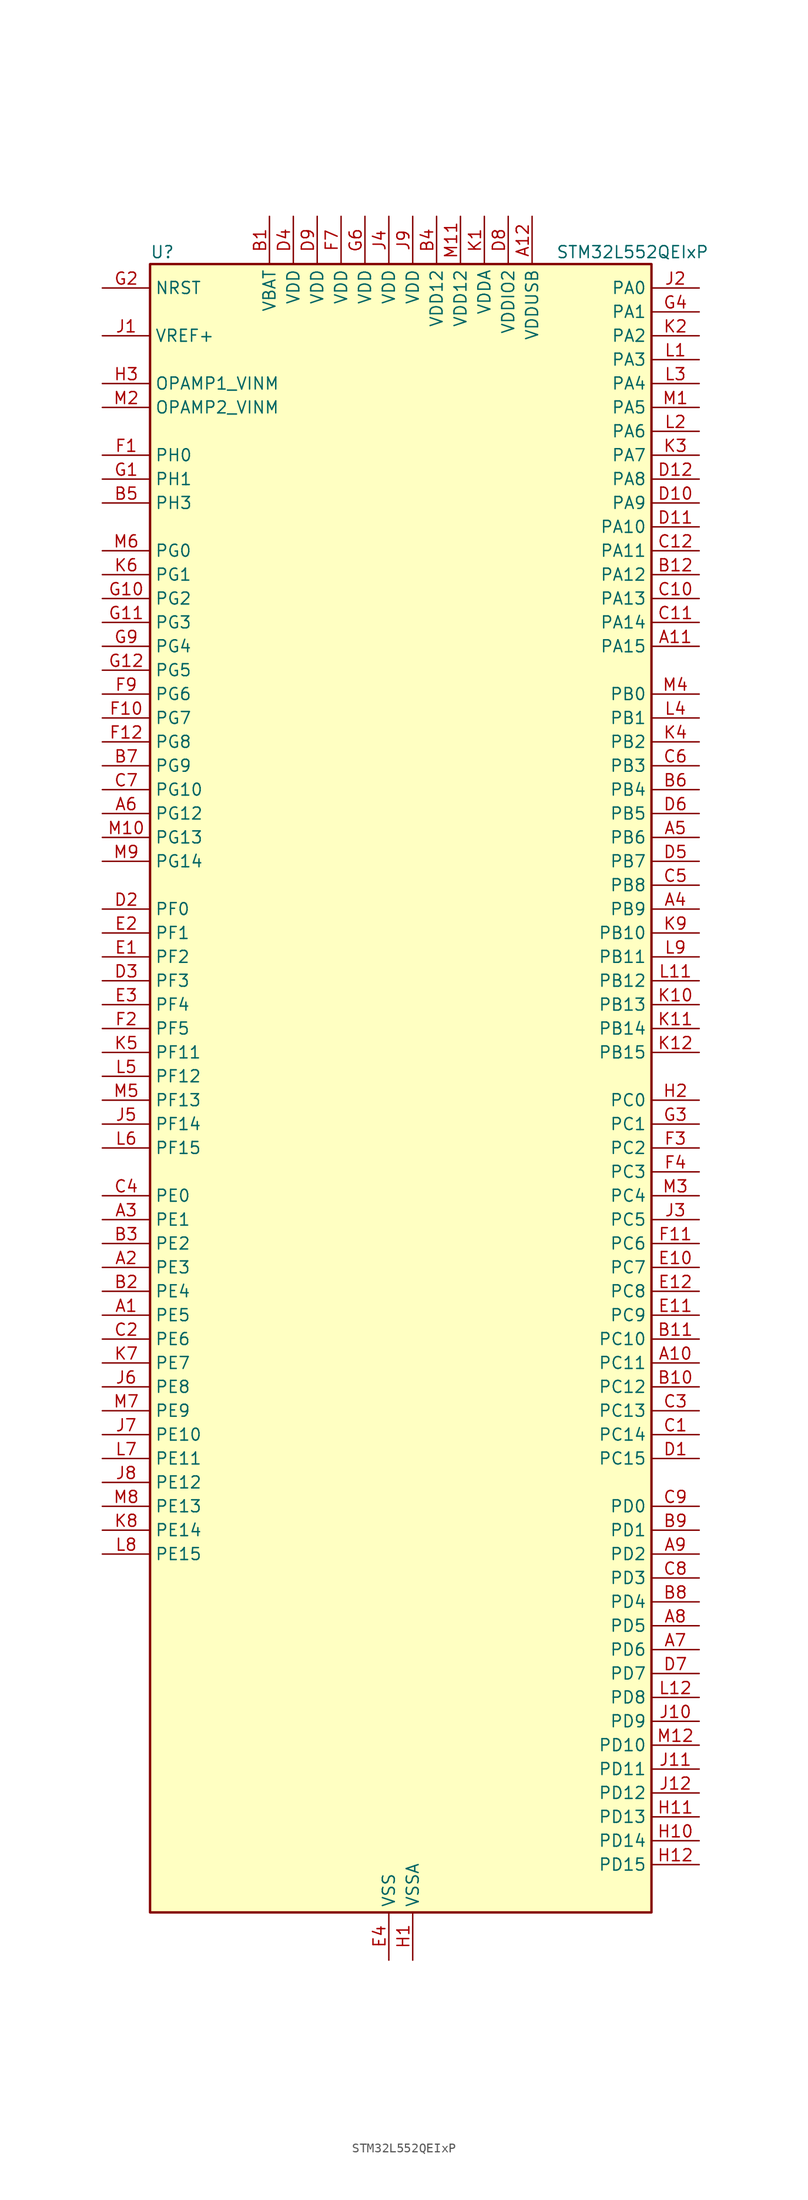
<source format=kicad_sym>
(kicad_symbol_lib
  (version 20220914)
  (generator kicad_symbol_editor)
  (symbol "STM32L552QEIxP"
    (property "Reference" "U"
      (at -25.4 90.17 0)
      (effects (font (size 1.27 1.27)) (justify left)))
    (property "Value" "STM32L552QEIxP"
      (at 17.78 90.17 0)
      (effects (font (size 1.27 1.27)) (justify left)))
    (property "ki_locked" ""
      (at 0 0 0)
      (effects (font (size 1.27 1.27))))
    (symbol "STM32L552QEIxP_0_1"
      (rectangle (start -25.4 -86.36) (end 27.94 88.9) (stroke (width 0.254) (type default)) (fill (type background))))
    (symbol "STM32L552QEIxP_1_1"
      (pin bidirectional line (at -30.48 -22.86 0) (length 5.08) (name "PE5" (effects (font (size 1.27 1.27)))) (number "A1" (effects (font (size 1.27 1.27)))) (alternate "DEBUG_TRACED2" bidirectional line) (alternate "DFSDM1_CKIN3" bidirectional line) (alternate "FMC_A21" bidirectional line) (alternate "SAI1_CK2" bidirectional line) (alternate "SAI1_SCK_A" bidirectional line) (alternate "TIM3_CH3" bidirectional line) (alternate "TSC_G7_IO4" bidirectional line))
      (pin bidirectional line (at 33.02 -27.94 180) (length 5.08) (name "PC11" (effects (font (size 1.27 1.27)))) (number "A10" (effects (font (size 1.27 1.27)))) (alternate "ADC1_EXTI11" bidirectional line) (alternate "ADC2_EXTI11" bidirectional line) (alternate "LPTIM3_IN1" bidirectional line) (alternate "OCTOSPI1_NCS" bidirectional line) (alternate "SAI2_MCLK_B" bidirectional line) (alternate "SDMMC1_D3" bidirectional line) (alternate "SPI3_MISO" bidirectional line) (alternate "TSC_G3_IO3" bidirectional line) (alternate "UART4_RX" bidirectional line) (alternate "UCPD1_FRSTX2" bidirectional line) (alternate "USART3_RX" bidirectional line))
      (pin bidirectional line (at 33.02 48.26 180) (length 5.08) (name "PA15" (effects (font (size 1.27 1.27)))) (number "A11" (effects (font (size 1.27 1.27)))) (alternate "ADC1_EXTI15" bidirectional line) (alternate "ADC2_EXTI15" bidirectional line) (alternate "DEBUG_JTDI" bidirectional line) (alternate "SAI2_FS_B" bidirectional line) (alternate "SPI1_NSS" bidirectional line) (alternate "SPI3_NSS" bidirectional line) (alternate "TIM2_CH1" bidirectional line) (alternate "TIM2_ETR" bidirectional line) (alternate "UART4_DE" bidirectional line) (alternate "UART4_RTS" bidirectional line) (alternate "UCPD1_CC1" bidirectional line) (alternate "USART2_RX" bidirectional line) (alternate "USART3_DE" bidirectional line) (alternate "USART3_RTS" bidirectional line))
      (pin power_in line (at 15.24 93.98 270) (length 5.08) (name "VDDUSB" (effects (font (size 1.27 1.27)))) (number "A12" (effects (font (size 1.27 1.27)))))
      (pin bidirectional line (at -30.48 -17.78 0) (length 5.08) (name "PE3" (effects (font (size 1.27 1.27)))) (number "A2" (effects (font (size 1.27 1.27)))) (alternate "DEBUG_TRACED0" bidirectional line) (alternate "FMC_A19" bidirectional line) (alternate "OCTOSPI1_DQS" bidirectional line) (alternate "SAI1_SD_B" bidirectional line) (alternate "TIM3_CH1" bidirectional line) (alternate "TSC_G7_IO2" bidirectional line))
      (pin bidirectional line (at -30.48 -12.7 0) (length 5.08) (name "PE1" (effects (font (size 1.27 1.27)))) (number "A3" (effects (font (size 1.27 1.27)))) (alternate "FMC_NBL1" bidirectional line) (alternate "TIM17_CH1" bidirectional line))
      (pin bidirectional line (at 33.02 20.32 180) (length 5.08) (name "PB9" (effects (font (size 1.27 1.27)))) (number "A4" (effects (font (size 1.27 1.27)))) (alternate "DAC1_EXTI9" bidirectional line) (alternate "FDCAN1_TX" bidirectional line) (alternate "I2C1_SDA" bidirectional line) (alternate "IR_OUT" bidirectional line) (alternate "SAI1_D2" bidirectional line) (alternate "SAI1_FS_A" bidirectional line) (alternate "SDMMC1_CDIR" bidirectional line) (alternate "SDMMC1_D5" bidirectional line) (alternate "SPI2_NSS" bidirectional line) (alternate "TIM17_CH1" bidirectional line) (alternate "TIM4_CH4" bidirectional line))
      (pin bidirectional line (at 33.02 27.94 180) (length 5.08) (name "PB6" (effects (font (size 1.27 1.27)))) (number "A5" (effects (font (size 1.27 1.27)))) (alternate "COMP2_INP" bidirectional line) (alternate "I2C1_SCL" bidirectional line) (alternate "I2C4_SCL" bidirectional line) (alternate "LPTIM1_ETR" bidirectional line) (alternate "SAI1_FS_B" bidirectional line) (alternate "TIM16_CH1N" bidirectional line) (alternate "TIM4_CH1" bidirectional line) (alternate "TIM8_BKIN2" bidirectional line) (alternate "TSC_G2_IO3" bidirectional line) (alternate "USART1_TX" bidirectional line))
      (pin bidirectional line (at -30.48 30.48 0) (length 5.08) (name "PG12" (effects (font (size 1.27 1.27)))) (number "A6" (effects (font (size 1.27 1.27)))) (alternate "FMC_NE4" bidirectional line) (alternate "LPTIM1_ETR" bidirectional line) (alternate "SAI2_SD_A" bidirectional line) (alternate "SPI3_NSS" bidirectional line) (alternate "USART1_DE" bidirectional line) (alternate "USART1_RTS" bidirectional line))
      (pin bidirectional line (at 33.02 -58.42 180) (length 5.08) (name "PD6" (effects (font (size 1.27 1.27)))) (number "A7" (effects (font (size 1.27 1.27)))) (alternate "DFSDM1_DATIN1" bidirectional line) (alternate "FMC_NWAIT" bidirectional line) (alternate "OCTOSPI1_IO6" bidirectional line) (alternate "SAI1_D1" bidirectional line) (alternate "SAI1_SD_A" bidirectional line) (alternate "SPI3_MOSI" bidirectional line) (alternate "USART2_RX" bidirectional line))
      (pin bidirectional line (at 33.02 -55.88 180) (length 5.08) (name "PD5" (effects (font (size 1.27 1.27)))) (number "A8" (effects (font (size 1.27 1.27)))) (alternate "FMC_NWE" bidirectional line) (alternate "OCTOSPI1_IO5" bidirectional line) (alternate "USART2_TX" bidirectional line))
      (pin bidirectional line (at 33.02 -48.26 180) (length 5.08) (name "PD2" (effects (font (size 1.27 1.27)))) (number "A9" (effects (font (size 1.27 1.27)))) (alternate "DEBUG_TRACED2" bidirectional line) (alternate "SDMMC1_CMD" bidirectional line) (alternate "TIM3_ETR" bidirectional line) (alternate "TSC_SYNC" bidirectional line) (alternate "UART5_RX" bidirectional line) (alternate "USART3_DE" bidirectional line) (alternate "USART3_RTS" bidirectional line))
      (pin power_in line (at -12.7 93.98 270) (length 5.08) (name "VBAT" (effects (font (size 1.27 1.27)))) (number "B1" (effects (font (size 1.27 1.27)))))
      (pin bidirectional line (at 33.02 -30.48 180) (length 5.08) (name "PC12" (effects (font (size 1.27 1.27)))) (number "B10" (effects (font (size 1.27 1.27)))) (alternate "DEBUG_TRACED3" bidirectional line) (alternate "SAI2_SD_B" bidirectional line) (alternate "SDMMC1_CK" bidirectional line) (alternate "SPI3_MOSI" bidirectional line) (alternate "TSC_G3_IO4" bidirectional line) (alternate "UART5_TX" bidirectional line) (alternate "USART3_CK" bidirectional line))
      (pin bidirectional line (at 33.02 -25.4 180) (length 5.08) (name "PC10" (effects (font (size 1.27 1.27)))) (number "B11" (effects (font (size 1.27 1.27)))) (alternate "DEBUG_TRACED1" bidirectional line) (alternate "LPTIM3_ETR" bidirectional line) (alternate "SAI2_SCK_B" bidirectional line) (alternate "SDMMC1_D2" bidirectional line) (alternate "SPI3_SCK" bidirectional line) (alternate "TSC_G3_IO2" bidirectional line) (alternate "UART4_TX" bidirectional line) (alternate "USART3_TX" bidirectional line))
      (pin bidirectional line (at 33.02 55.88 180) (length 5.08) (name "PA12" (effects (font (size 1.27 1.27)))) (number "B12" (effects (font (size 1.27 1.27)))) (alternate "FDCAN1_TX" bidirectional line) (alternate "SPI1_MOSI" bidirectional line) (alternate "TIM1_ETR" bidirectional line) (alternate "USART1_DE" bidirectional line) (alternate "USART1_RTS" bidirectional line) (alternate "USB_DP" bidirectional line))
      (pin bidirectional line (at -30.48 -20.32 0) (length 5.08) (name "PE4" (effects (font (size 1.27 1.27)))) (number "B2" (effects (font (size 1.27 1.27)))) (alternate "DEBUG_TRACED1" bidirectional line) (alternate "DFSDM1_DATIN3" bidirectional line) (alternate "FMC_A20" bidirectional line) (alternate "SAI1_D2" bidirectional line) (alternate "SAI1_FS_A" bidirectional line) (alternate "TIM3_CH2" bidirectional line) (alternate "TSC_G7_IO3" bidirectional line))
      (pin bidirectional line (at -30.48 -15.24 0) (length 5.08) (name "PE2" (effects (font (size 1.27 1.27)))) (number "B3" (effects (font (size 1.27 1.27)))) (alternate "DEBUG_TRACECLK" bidirectional line) (alternate "FMC_A23" bidirectional line) (alternate "SAI1_CK1" bidirectional line) (alternate "SAI1_MCLK_A" bidirectional line) (alternate "TIM3_ETR" bidirectional line) (alternate "TSC_G7_IO1" bidirectional line))
      (pin power_in line (at 5.08 93.98 270) (length 5.08) (name "VDD12" (effects (font (size 1.27 1.27)))) (number "B4" (effects (font (size 1.27 1.27)))))
      (pin bidirectional line (at -30.48 63.5 0) (length 5.08) (name "PH3" (effects (font (size 1.27 1.27)))) (number "B5" (effects (font (size 1.27 1.27)))))
      (pin bidirectional line (at 33.02 33.02 180) (length 5.08) (name "PB4" (effects (font (size 1.27 1.27)))) (number "B6" (effects (font (size 1.27 1.27)))) (alternate "COMP2_INP" bidirectional line) (alternate "DEBUG_JTRST" bidirectional line) (alternate "I2C3_SDA" bidirectional line) (alternate "SAI1_MCLK_B" bidirectional line) (alternate "SPI1_MISO" bidirectional line) (alternate "SPI3_MISO" bidirectional line) (alternate "TIM17_BKIN" bidirectional line) (alternate "TIM3_CH1" bidirectional line) (alternate "TSC_G2_IO1" bidirectional line) (alternate "UART5_DE" bidirectional line) (alternate "UART5_RTS" bidirectional line) (alternate "USART1_CTS" bidirectional line) (alternate "USART1_NSS" bidirectional line))
      (pin bidirectional line (at -30.48 35.56 0) (length 5.08) (name "PG9" (effects (font (size 1.27 1.27)))) (number "B7" (effects (font (size 1.27 1.27)))) (alternate "DAC1_EXTI9" bidirectional line) (alternate "FMC_NCE" bidirectional line) (alternate "FMC_NE2" bidirectional line) (alternate "SAI2_SCK_A" bidirectional line) (alternate "SPI3_SCK" bidirectional line) (alternate "TIM15_CH1N" bidirectional line) (alternate "USART1_TX" bidirectional line))
      (pin bidirectional line (at 33.02 -53.34 180) (length 5.08) (name "PD4" (effects (font (size 1.27 1.27)))) (number "B8" (effects (font (size 1.27 1.27)))) (alternate "DFSDM1_CKIN0" bidirectional line) (alternate "FMC_NOE" bidirectional line) (alternate "OCTOSPI1_IO4" bidirectional line) (alternate "SPI2_MOSI" bidirectional line) (alternate "USART2_DE" bidirectional line) (alternate "USART2_RTS" bidirectional line))
      (pin bidirectional line (at 33.02 -45.72 180) (length 5.08) (name "PD1" (effects (font (size 1.27 1.27)))) (number "B9" (effects (font (size 1.27 1.27)))) (alternate "FDCAN1_TX" bidirectional line) (alternate "FMC_D3" bidirectional line) (alternate "FMC_DA3" bidirectional line) (alternate "SPI2_SCK" bidirectional line))
      (pin bidirectional line (at 33.02 -35.56 180) (length 5.08) (name "PC14" (effects (font (size 1.27 1.27)))) (number "C1" (effects (font (size 1.27 1.27)))) (alternate "RCC_OSC32_IN" bidirectional line))
      (pin bidirectional line (at 33.02 53.34 180) (length 5.08) (name "PA13" (effects (font (size 1.27 1.27)))) (number "C10" (effects (font (size 1.27 1.27)))) (alternate "DEBUG_JTMS-SWDIO" bidirectional line) (alternate "IR_OUT" bidirectional line) (alternate "SAI1_SD_B" bidirectional line) (alternate "USB_NOE" bidirectional line))
      (pin bidirectional line (at 33.02 50.8 180) (length 5.08) (name "PA14" (effects (font (size 1.27 1.27)))) (number "C11" (effects (font (size 1.27 1.27)))) (alternate "DEBUG_JTCK-SWCLK" bidirectional line) (alternate "I2C1_SMBA" bidirectional line) (alternate "I2C4_SMBA" bidirectional line) (alternate "LPTIM1_OUT" bidirectional line) (alternate "SAI1_FS_B" bidirectional line))
      (pin bidirectional line (at 33.02 58.42 180) (length 5.08) (name "PA11" (effects (font (size 1.27 1.27)))) (number "C12" (effects (font (size 1.27 1.27)))) (alternate "ADC1_EXTI11" bidirectional line) (alternate "ADC2_EXTI11" bidirectional line) (alternate "FDCAN1_RX" bidirectional line) (alternate "SPI1_MISO" bidirectional line) (alternate "TIM1_BKIN2" bidirectional line) (alternate "TIM1_CH4" bidirectional line) (alternate "USART1_CTS" bidirectional line) (alternate "USART1_NSS" bidirectional line) (alternate "USB_DM" bidirectional line))
      (pin bidirectional line (at -30.48 -25.4 0) (length 5.08) (name "PE6" (effects (font (size 1.27 1.27)))) (number "C2" (effects (font (size 1.27 1.27)))) (alternate "DEBUG_TRACED3" bidirectional line) (alternate "FMC_A22" bidirectional line) (alternate "PWR_WKUP3" bidirectional line) (alternate "SAI1_D1" bidirectional line) (alternate "SAI1_SD_A" bidirectional line) (alternate "TAMP_IN3" bidirectional line) (alternate "TAMP_OUT6" bidirectional line) (alternate "TIM3_CH4" bidirectional line))
      (pin bidirectional line (at 33.02 -33.02 180) (length 5.08) (name "PC13" (effects (font (size 1.27 1.27)))) (number "C3" (effects (font (size 1.27 1.27)))) (alternate "PWR_WKUP2" bidirectional line) (alternate "RTC_OUT1" bidirectional line) (alternate "RTC_TS" bidirectional line) (alternate "TAMP_IN1" bidirectional line) (alternate "TAMP_OUT2" bidirectional line))
      (pin bidirectional line (at -30.48 -10.16 0) (length 5.08) (name "PE0" (effects (font (size 1.27 1.27)))) (number "C4" (effects (font (size 1.27 1.27)))) (alternate "FMC_NBL0" bidirectional line) (alternate "TIM16_CH1" bidirectional line) (alternate "TIM4_ETR" bidirectional line))
      (pin bidirectional line (at 33.02 22.86 180) (length 5.08) (name "PB8" (effects (font (size 1.27 1.27)))) (number "C5" (effects (font (size 1.27 1.27)))) (alternate "DFSDM1_CKOUT" bidirectional line) (alternate "FDCAN1_RX" bidirectional line) (alternate "I2C1_SCL" bidirectional line) (alternate "SAI1_CK1" bidirectional line) (alternate "SAI1_MCLK_A" bidirectional line) (alternate "SDMMC1_CKIN" bidirectional line) (alternate "SDMMC1_D4" bidirectional line) (alternate "TIM16_CH1" bidirectional line) (alternate "TIM4_CH3" bidirectional line))
      (pin bidirectional line (at 33.02 35.56 180) (length 5.08) (name "PB3" (effects (font (size 1.27 1.27)))) (number "C6" (effects (font (size 1.27 1.27)))) (alternate "COMP2_INM" bidirectional line) (alternate "CRS_SYNC" bidirectional line) (alternate "DEBUG_JTDO-SWO" bidirectional line) (alternate "SAI1_SCK_B" bidirectional line) (alternate "SPI1_SCK" bidirectional line) (alternate "SPI3_SCK" bidirectional line) (alternate "TIM2_CH2" bidirectional line) (alternate "USART1_DE" bidirectional line) (alternate "USART1_RTS" bidirectional line))
      (pin bidirectional line (at -30.48 33.02 0) (length 5.08) (name "PG10" (effects (font (size 1.27 1.27)))) (number "C7" (effects (font (size 1.27 1.27)))) (alternate "FMC_NE3" bidirectional line) (alternate "LPTIM1_IN1" bidirectional line) (alternate "SAI2_FS_A" bidirectional line) (alternate "SPI3_MISO" bidirectional line) (alternate "TIM15_CH1" bidirectional line) (alternate "USART1_RX" bidirectional line))
      (pin bidirectional line (at 33.02 -50.8 180) (length 5.08) (name "PD3" (effects (font (size 1.27 1.27)))) (number "C8" (effects (font (size 1.27 1.27)))) (alternate "DFSDM1_DATIN0" bidirectional line) (alternate "FMC_CLK" bidirectional line) (alternate "SPI2_MISO" bidirectional line) (alternate "SPI2_SCK" bidirectional line) (alternate "USART2_CTS" bidirectional line) (alternate "USART2_NSS" bidirectional line))
      (pin bidirectional line (at 33.02 -43.18 180) (length 5.08) (name "PD0" (effects (font (size 1.27 1.27)))) (number "C9" (effects (font (size 1.27 1.27)))) (alternate "FDCAN1_RX" bidirectional line) (alternate "FMC_D2" bidirectional line) (alternate "FMC_DA2" bidirectional line) (alternate "SPI2_NSS" bidirectional line))
      (pin bidirectional line (at 33.02 -38.1 180) (length 5.08) (name "PC15" (effects (font (size 1.27 1.27)))) (number "D1" (effects (font (size 1.27 1.27)))) (alternate "ADC1_EXTI15" bidirectional line) (alternate "ADC2_EXTI15" bidirectional line) (alternate "RCC_OSC32_OUT" bidirectional line))
      (pin bidirectional line (at 33.02 63.5 180) (length 5.08) (name "PA9" (effects (font (size 1.27 1.27)))) (number "D10" (effects (font (size 1.27 1.27)))) (alternate "DAC1_EXTI9" bidirectional line) (alternate "SAI1_FS_A" bidirectional line) (alternate "SPI2_SCK" bidirectional line) (alternate "TIM15_BKIN" bidirectional line) (alternate "TIM1_CH2" bidirectional line) (alternate "USART1_TX" bidirectional line))
      (pin bidirectional line (at 33.02 60.96 180) (length 5.08) (name "PA10" (effects (font (size 1.27 1.27)))) (number "D11" (effects (font (size 1.27 1.27)))) (alternate "CRS_SYNC" bidirectional line) (alternate "SAI1_D1" bidirectional line) (alternate "SAI1_SD_A" bidirectional line) (alternate "TIM17_BKIN" bidirectional line) (alternate "TIM1_CH3" bidirectional line) (alternate "USART1_RX" bidirectional line))
      (pin bidirectional line (at 33.02 66.04 180) (length 5.08) (name "PA8" (effects (font (size 1.27 1.27)))) (number "D12" (effects (font (size 1.27 1.27)))) (alternate "LPTIM2_OUT" bidirectional line) (alternate "RCC_MCO" bidirectional line) (alternate "SAI1_CK2" bidirectional line) (alternate "SAI1_SCK_A" bidirectional line) (alternate "TIM1_CH1" bidirectional line) (alternate "USART1_CK" bidirectional line))
      (pin bidirectional line (at -30.48 20.32 0) (length 5.08) (name "PF0" (effects (font (size 1.27 1.27)))) (number "D2" (effects (font (size 1.27 1.27)))) (alternate "FMC_A0" bidirectional line) (alternate "I2C2_SDA" bidirectional line))
      (pin bidirectional line (at -30.48 12.7 0) (length 5.08) (name "PF3" (effects (font (size 1.27 1.27)))) (number "D3" (effects (font (size 1.27 1.27)))) (alternate "FMC_A3" bidirectional line) (alternate "LPTIM3_IN1" bidirectional line))
      (pin power_in line (at -10.16 93.98 270) (length 5.08) (name "VDD" (effects (font (size 1.27 1.27)))) (number "D4" (effects (font (size 1.27 1.27)))))
      (pin bidirectional line (at 33.02 25.4 180) (length 5.08) (name "PB7" (effects (font (size 1.27 1.27)))) (number "D5" (effects (font (size 1.27 1.27)))) (alternate "COMP2_INM" bidirectional line) (alternate "FMC_NL" bidirectional line) (alternate "I2C1_SDA" bidirectional line) (alternate "I2C4_SDA" bidirectional line) (alternate "LPTIM1_IN2" bidirectional line) (alternate "PWR_PVD_IN" bidirectional line) (alternate "TIM17_CH1N" bidirectional line) (alternate "TIM4_CH2" bidirectional line) (alternate "TIM8_BKIN" bidirectional line) (alternate "TSC_G2_IO4" bidirectional line) (alternate "UART4_CTS" bidirectional line) (alternate "USART1_RX" bidirectional line))
      (pin bidirectional line (at 33.02 30.48 180) (length 5.08) (name "PB5" (effects (font (size 1.27 1.27)))) (number "D6" (effects (font (size 1.27 1.27)))) (alternate "COMP2_OUT" bidirectional line) (alternate "I2C1_SMBA" bidirectional line) (alternate "LPTIM1_IN1" bidirectional line) (alternate "OCTOSPI1_NCLK" bidirectional line) (alternate "SAI1_SD_B" bidirectional line) (alternate "SPI1_MOSI" bidirectional line) (alternate "SPI3_MOSI" bidirectional line) (alternate "TIM16_BKIN" bidirectional line) (alternate "TIM3_CH2" bidirectional line) (alternate "TSC_G2_IO2" bidirectional line) (alternate "UART5_CTS" bidirectional line) (alternate "UCPD1_DBCC1" bidirectional line) (alternate "USART1_CK" bidirectional line))
      (pin bidirectional line (at 33.02 -60.96 180) (length 5.08) (name "PD7" (effects (font (size 1.27 1.27)))) (number "D7" (effects (font (size 1.27 1.27)))) (alternate "DFSDM1_CKIN1" bidirectional line) (alternate "FMC_NCE" bidirectional line) (alternate "FMC_NE1" bidirectional line) (alternate "OCTOSPI1_IO7" bidirectional line) (alternate "USART2_CK" bidirectional line))
      (pin power_in line (at 12.7 93.98 270) (length 5.08) (name "VDDIO2" (effects (font (size 1.27 1.27)))) (number "D8" (effects (font (size 1.27 1.27)))))
      (pin power_in line (at -7.62 93.98 270) (length 5.08) (name "VDD" (effects (font (size 1.27 1.27)))) (number "D9" (effects (font (size 1.27 1.27)))))
      (pin bidirectional line (at -30.48 15.24 0) (length 5.08) (name "PF2" (effects (font (size 1.27 1.27)))) (number "E1" (effects (font (size 1.27 1.27)))) (alternate "FMC_A2" bidirectional line) (alternate "I2C2_SMBA" bidirectional line))
      (pin bidirectional line (at 33.02 -17.78 180) (length 5.08) (name "PC7" (effects (font (size 1.27 1.27)))) (number "E10" (effects (font (size 1.27 1.27)))) (alternate "DFSDM1_DATIN3" bidirectional line) (alternate "SAI2_MCLK_B" bidirectional line) (alternate "SDMMC1_D123DIR" bidirectional line) (alternate "SDMMC1_D7" bidirectional line) (alternate "TIM3_CH2" bidirectional line) (alternate "TIM8_CH2" bidirectional line) (alternate "TSC_G4_IO2" bidirectional line))
      (pin bidirectional line (at 33.02 -22.86 180) (length 5.08) (name "PC9" (effects (font (size 1.27 1.27)))) (number "E11" (effects (font (size 1.27 1.27)))) (alternate "DAC1_EXTI9" bidirectional line) (alternate "DEBUG_TRACED0" bidirectional line) (alternate "SAI2_EXTCLK" bidirectional line) (alternate "SDMMC1_D1" bidirectional line) (alternate "TIM3_CH4" bidirectional line) (alternate "TIM8_BKIN2" bidirectional line) (alternate "TIM8_CH4" bidirectional line) (alternate "TSC_G4_IO4" bidirectional line) (alternate "USB_NOE" bidirectional line))
      (pin bidirectional line (at 33.02 -20.32 180) (length 5.08) (name "PC8" (effects (font (size 1.27 1.27)))) (number "E12" (effects (font (size 1.27 1.27)))) (alternate "SDMMC1_D0" bidirectional line) (alternate "TIM3_CH3" bidirectional line) (alternate "TIM8_CH3" bidirectional line) (alternate "TSC_G4_IO3" bidirectional line))
      (pin bidirectional line (at -30.48 17.78 0) (length 5.08) (name "PF1" (effects (font (size 1.27 1.27)))) (number "E2" (effects (font (size 1.27 1.27)))) (alternate "FMC_A1" bidirectional line) (alternate "I2C2_SCL" bidirectional line))
      (pin bidirectional line (at -30.48 10.16 0) (length 5.08) (name "PF4" (effects (font (size 1.27 1.27)))) (number "E3" (effects (font (size 1.27 1.27)))) (alternate "FMC_A4" bidirectional line) (alternate "LPTIM3_ETR" bidirectional line))
      (pin power_in line (at 0 -91.44 90) (length 5.08) (name "VSS" (effects (font (size 1.27 1.27)))) (number "E4" (effects (font (size 1.27 1.27)))))
      (pin passive line (at 0 -91.44 90) (length 5.08) hide (name "VSS" (effects (font (size 1.27 1.27)))) (number "E9" (effects (font (size 1.27 1.27)))))
      (pin bidirectional line (at -30.48 68.58 0) (length 5.08) (name "PH0" (effects (font (size 1.27 1.27)))) (number "F1" (effects (font (size 1.27 1.27)))) (alternate "RCC_OSC_IN" bidirectional line))
      (pin bidirectional line (at -30.48 40.64 0) (length 5.08) (name "PG7" (effects (font (size 1.27 1.27)))) (number "F10" (effects (font (size 1.27 1.27)))) (alternate "DFSDM1_CKOUT" bidirectional line) (alternate "FMC_INT" bidirectional line) (alternate "I2C3_SCL" bidirectional line) (alternate "LPUART1_TX" bidirectional line) (alternate "SAI1_CK1" bidirectional line) (alternate "SAI1_MCLK_A" bidirectional line) (alternate "UCPD1_FRSTX2" bidirectional line))
      (pin bidirectional line (at 33.02 -15.24 180) (length 5.08) (name "PC6" (effects (font (size 1.27 1.27)))) (number "F11" (effects (font (size 1.27 1.27)))) (alternate "DFSDM1_CKIN3" bidirectional line) (alternate "SAI2_MCLK_A" bidirectional line) (alternate "SDMMC1_D0DIR" bidirectional line) (alternate "SDMMC1_D6" bidirectional line) (alternate "TIM3_CH1" bidirectional line) (alternate "TIM8_CH1" bidirectional line) (alternate "TSC_G4_IO1" bidirectional line))
      (pin bidirectional line (at -30.48 38.1 0) (length 5.08) (name "PG8" (effects (font (size 1.27 1.27)))) (number "F12" (effects (font (size 1.27 1.27)))) (alternate "I2C3_SDA" bidirectional line) (alternate "LPUART1_RX" bidirectional line))
      (pin bidirectional line (at -30.48 7.62 0) (length 5.08) (name "PF5" (effects (font (size 1.27 1.27)))) (number "F2" (effects (font (size 1.27 1.27)))) (alternate "FMC_A5" bidirectional line) (alternate "LPTIM3_OUT" bidirectional line))
      (pin bidirectional line (at 33.02 -5.08 180) (length 5.08) (name "PC2" (effects (font (size 1.27 1.27)))) (number "F3" (effects (font (size 1.27 1.27)))) (alternate "ADC1_IN3" bidirectional line) (alternate "ADC2_IN3" bidirectional line) (alternate "DFSDM1_CKOUT" bidirectional line) (alternate "LPTIM1_IN2" bidirectional line) (alternate "OCTOSPI1_IO5" bidirectional line) (alternate "SPI2_MISO" bidirectional line))
      (pin bidirectional line (at 33.02 -7.62 180) (length 5.08) (name "PC3" (effects (font (size 1.27 1.27)))) (number "F4" (effects (font (size 1.27 1.27)))) (alternate "ADC1_IN4" bidirectional line) (alternate "ADC2_IN4" bidirectional line) (alternate "LPTIM1_ETR" bidirectional line) (alternate "LPTIM2_ETR" bidirectional line) (alternate "LPTIM3_OUT" bidirectional line) (alternate "OCTOSPI1_IO6" bidirectional line) (alternate "SAI1_D1" bidirectional line) (alternate "SAI1_SD_A" bidirectional line) (alternate "SPI2_MOSI" bidirectional line))
      (pin passive line (at 0 -91.44 90) (length 5.08) hide (name "VSS" (effects (font (size 1.27 1.27)))) (number "F6" (effects (font (size 1.27 1.27)))))
      (pin power_in line (at -5.08 93.98 270) (length 5.08) (name "VDD" (effects (font (size 1.27 1.27)))) (number "F7" (effects (font (size 1.27 1.27)))))
      (pin bidirectional line (at -30.48 43.18 0) (length 5.08) (name "PG6" (effects (font (size 1.27 1.27)))) (number "F9" (effects (font (size 1.27 1.27)))) (alternate "I2C3_SMBA" bidirectional line) (alternate "LPUART1_DE" bidirectional line) (alternate "LPUART1_RTS" bidirectional line) (alternate "OCTOSPI1_DQS" bidirectional line) (alternate "UCPD1_FRSTX1" bidirectional line))
      (pin bidirectional line (at -30.48 66.04 0) (length 5.08) (name "PH1" (effects (font (size 1.27 1.27)))) (number "G1" (effects (font (size 1.27 1.27)))) (alternate "RCC_OSC_OUT" bidirectional line))
      (pin bidirectional line (at -30.48 53.34 0) (length 5.08) (name "PG2" (effects (font (size 1.27 1.27)))) (number "G10" (effects (font (size 1.27 1.27)))) (alternate "FMC_A12" bidirectional line) (alternate "SAI2_SCK_B" bidirectional line) (alternate "SPI1_SCK" bidirectional line))
      (pin bidirectional line (at -30.48 50.8 0) (length 5.08) (name "PG3" (effects (font (size 1.27 1.27)))) (number "G11" (effects (font (size 1.27 1.27)))) (alternate "FMC_A13" bidirectional line) (alternate "SAI2_FS_B" bidirectional line) (alternate "SPI1_MISO" bidirectional line))
      (pin bidirectional line (at -30.48 45.72 0) (length 5.08) (name "PG5" (effects (font (size 1.27 1.27)))) (number "G12" (effects (font (size 1.27 1.27)))) (alternate "FMC_A15" bidirectional line) (alternate "LPUART1_CTS" bidirectional line) (alternate "SAI2_SD_B" bidirectional line) (alternate "SPI1_NSS" bidirectional line))
      (pin input line (at -30.48 86.36 0) (length 5.08) (name "NRST" (effects (font (size 1.27 1.27)))) (number "G2" (effects (font (size 1.27 1.27)))))
      (pin bidirectional line (at 33.02 -2.54 180) (length 5.08) (name "PC1" (effects (font (size 1.27 1.27)))) (number "G3" (effects (font (size 1.27 1.27)))) (alternate "ADC1_IN2" bidirectional line) (alternate "ADC2_IN2" bidirectional line) (alternate "DEBUG_TRACED0" bidirectional line) (alternate "I2C3_SDA" bidirectional line) (alternate "LPTIM1_OUT" bidirectional line) (alternate "LPUART1_TX" bidirectional line) (alternate "OCTOSPI1_IO4" bidirectional line) (alternate "SAI1_SD_A" bidirectional line) (alternate "SPI2_MOSI" bidirectional line))
      (pin bidirectional line (at 33.02 83.82 180) (length 5.08) (name "PA1" (effects (font (size 1.27 1.27)))) (number "G4" (effects (font (size 1.27 1.27)))) (alternate "ADC1_IN6" bidirectional line) (alternate "ADC2_IN6" bidirectional line) (alternate "I2C1_SMBA" bidirectional line) (alternate "OCTOSPI1_DQS" bidirectional line) (alternate "OPAMP1_VINM" bidirectional line) (alternate "SPI1_SCK" bidirectional line) (alternate "TAMP_IN5" bidirectional line) (alternate "TAMP_OUT4" bidirectional line) (alternate "TIM15_CH1N" bidirectional line) (alternate "TIM2_CH2" bidirectional line) (alternate "TIM5_CH2" bidirectional line) (alternate "UART4_RX" bidirectional line) (alternate "USART2_DE" bidirectional line) (alternate "USART2_RTS" bidirectional line))
      (pin power_in line (at -2.54 93.98 270) (length 5.08) (name "VDD" (effects (font (size 1.27 1.27)))) (number "G6" (effects (font (size 1.27 1.27)))))
      (pin passive line (at 0 -91.44 90) (length 5.08) hide (name "VSS" (effects (font (size 1.27 1.27)))) (number "G7" (effects (font (size 1.27 1.27)))))
      (pin bidirectional line (at -30.48 48.26 0) (length 5.08) (name "PG4" (effects (font (size 1.27 1.27)))) (number "G9" (effects (font (size 1.27 1.27)))) (alternate "FMC_A14" bidirectional line) (alternate "SAI2_MCLK_B" bidirectional line) (alternate "SPI1_MOSI" bidirectional line))
      (pin power_in line (at 2.54 -91.44 90) (length 5.08) (name "VSSA" (effects (font (size 1.27 1.27)))) (number "H1" (effects (font (size 1.27 1.27)))))
      (pin bidirectional line (at 33.02 -78.74 180) (length 5.08) (name "PD14" (effects (font (size 1.27 1.27)))) (number "H10" (effects (font (size 1.27 1.27)))) (alternate "FMC_D0" bidirectional line) (alternate "FMC_DA0" bidirectional line) (alternate "TIM4_CH3" bidirectional line))
      (pin bidirectional line (at 33.02 -76.2 180) (length 5.08) (name "PD13" (effects (font (size 1.27 1.27)))) (number "H11" (effects (font (size 1.27 1.27)))) (alternate "FMC_A18" bidirectional line) (alternate "I2C4_SDA" bidirectional line) (alternate "LPTIM2_OUT" bidirectional line) (alternate "TIM4_CH2" bidirectional line) (alternate "TSC_G6_IO4" bidirectional line))
      (pin bidirectional line (at 33.02 -81.28 180) (length 5.08) (name "PD15" (effects (font (size 1.27 1.27)))) (number "H12" (effects (font (size 1.27 1.27)))) (alternate "ADC1_EXTI15" bidirectional line) (alternate "ADC2_EXTI15" bidirectional line) (alternate "FMC_D1" bidirectional line) (alternate "FMC_DA1" bidirectional line) (alternate "TIM4_CH4" bidirectional line))
      (pin bidirectional line (at 33.02 0 180) (length 5.08) (name "PC0" (effects (font (size 1.27 1.27)))) (number "H2" (effects (font (size 1.27 1.27)))) (alternate "ADC1_IN1" bidirectional line) (alternate "ADC2_IN1" bidirectional line) (alternate "I2C3_SCL" bidirectional line) (alternate "LPTIM1_IN1" bidirectional line) (alternate "LPTIM2_IN1" bidirectional line) (alternate "LPUART1_RX" bidirectional line) (alternate "OCTOSPI1_IO7" bidirectional line) (alternate "SAI2_FS_A" bidirectional line) (alternate "SDMMC1_D5" bidirectional line))
      (pin bidirectional line (at -30.48 76.2 0) (length 5.08) (name "OPAMP1_VINM" (effects (font (size 1.27 1.27)))) (number "H3" (effects (font (size 1.27 1.27)))) (alternate "OPAMP1_VINM" bidirectional line))
      (pin passive line (at 0 -91.44 90) (length 5.08) hide (name "VSS" (effects (font (size 1.27 1.27)))) (number "H4" (effects (font (size 1.27 1.27)))))
      (pin passive line (at 0 -91.44 90) (length 5.08) hide (name "VSS" (effects (font (size 1.27 1.27)))) (number "H9" (effects (font (size 1.27 1.27)))))
      (pin input line (at -30.48 81.28 0) (length 5.08) (name "VREF+" (effects (font (size 1.27 1.27)))) (number "J1" (effects (font (size 1.27 1.27)))))
      (pin bidirectional line (at 33.02 -66.04 180) (length 5.08) (name "PD9" (effects (font (size 1.27 1.27)))) (number "J10" (effects (font (size 1.27 1.27)))) (alternate "DAC1_EXTI9" bidirectional line) (alternate "FMC_D14" bidirectional line) (alternate "FMC_DA14" bidirectional line) (alternate "SAI2_MCLK_A" bidirectional line) (alternate "USART3_RX" bidirectional line))
      (pin bidirectional line (at 33.02 -71.12 180) (length 5.08) (name "PD11" (effects (font (size 1.27 1.27)))) (number "J11" (effects (font (size 1.27 1.27)))) (alternate "ADC1_EXTI11" bidirectional line) (alternate "ADC2_EXTI11" bidirectional line) (alternate "FMC_A16" bidirectional line) (alternate "FMC_CLE" bidirectional line) (alternate "I2C4_SMBA" bidirectional line) (alternate "LPTIM2_ETR" bidirectional line) (alternate "SAI2_SD_A" bidirectional line) (alternate "TSC_G6_IO2" bidirectional line) (alternate "USART3_CTS" bidirectional line) (alternate "USART3_NSS" bidirectional line))
      (pin bidirectional line (at 33.02 -73.66 180) (length 5.08) (name "PD12" (effects (font (size 1.27 1.27)))) (number "J12" (effects (font (size 1.27 1.27)))) (alternate "FMC_A17" bidirectional line) (alternate "FMC_ALE" bidirectional line) (alternate "I2C4_SCL" bidirectional line) (alternate "LPTIM2_IN1" bidirectional line) (alternate "SAI2_FS_A" bidirectional line) (alternate "TIM4_CH1" bidirectional line) (alternate "TSC_G6_IO3" bidirectional line) (alternate "USART3_DE" bidirectional line) (alternate "USART3_RTS" bidirectional line))
      (pin bidirectional line (at 33.02 86.36 180) (length 5.08) (name "PA0" (effects (font (size 1.27 1.27)))) (number "J2" (effects (font (size 1.27 1.27)))) (alternate "ADC1_IN5" bidirectional line) (alternate "ADC2_IN5" bidirectional line) (alternate "OPAMP1_VINP" bidirectional line) (alternate "PWR_WKUP1" bidirectional line) (alternate "SAI1_EXTCLK" bidirectional line) (alternate "TAMP_IN2" bidirectional line) (alternate "TAMP_OUT1" bidirectional line) (alternate "TIM2_CH1" bidirectional line) (alternate "TIM2_ETR" bidirectional line) (alternate "TIM5_CH1" bidirectional line) (alternate "TIM8_ETR" bidirectional line) (alternate "UART4_TX" bidirectional line) (alternate "USART2_CTS" bidirectional line) (alternate "USART2_NSS" bidirectional line))
      (pin bidirectional line (at 33.02 -12.7 180) (length 5.08) (name "PC5" (effects (font (size 1.27 1.27)))) (number "J3" (effects (font (size 1.27 1.27)))) (alternate "ADC1_IN14" bidirectional line) (alternate "ADC2_IN14" bidirectional line) (alternate "COMP1_INP" bidirectional line) (alternate "PWR_WKUP5" bidirectional line) (alternate "SAI1_D3" bidirectional line) (alternate "TAMP_IN4" bidirectional line) (alternate "TAMP_OUT5" bidirectional line) (alternate "USART3_RX" bidirectional line))
      (pin power_in line (at 0 93.98 270) (length 5.08) (name "VDD" (effects (font (size 1.27 1.27)))) (number "J4" (effects (font (size 1.27 1.27)))))
      (pin bidirectional line (at -30.48 -2.54 0) (length 5.08) (name "PF14" (effects (font (size 1.27 1.27)))) (number "J5" (effects (font (size 1.27 1.27)))) (alternate "FMC_A8" bidirectional line) (alternate "I2C4_SCL" bidirectional line) (alternate "TSC_G8_IO1" bidirectional line))
      (pin bidirectional line (at -30.48 -30.48 0) (length 5.08) (name "PE8" (effects (font (size 1.27 1.27)))) (number "J6" (effects (font (size 1.27 1.27)))) (alternate "DFSDM1_CKIN2" bidirectional line) (alternate "FMC_D5" bidirectional line) (alternate "FMC_DA5" bidirectional line) (alternate "SAI1_SCK_B" bidirectional line) (alternate "TIM1_CH1N" bidirectional line))
      (pin bidirectional line (at -30.48 -35.56 0) (length 5.08) (name "PE10" (effects (font (size 1.27 1.27)))) (number "J7" (effects (font (size 1.27 1.27)))) (alternate "FMC_D7" bidirectional line) (alternate "FMC_DA7" bidirectional line) (alternate "OCTOSPI1_CLK" bidirectional line) (alternate "SAI1_MCLK_B" bidirectional line) (alternate "TIM1_CH2N" bidirectional line) (alternate "TSC_G5_IO1" bidirectional line))
      (pin bidirectional line (at -30.48 -40.64 0) (length 5.08) (name "PE12" (effects (font (size 1.27 1.27)))) (number "J8" (effects (font (size 1.27 1.27)))) (alternate "FMC_D9" bidirectional line) (alternate "FMC_DA9" bidirectional line) (alternate "OCTOSPI1_IO0" bidirectional line) (alternate "SPI1_NSS" bidirectional line) (alternate "TIM1_CH3N" bidirectional line) (alternate "TSC_G5_IO3" bidirectional line))
      (pin power_in line (at 2.54 93.98 270) (length 5.08) (name "VDD" (effects (font (size 1.27 1.27)))) (number "J9" (effects (font (size 1.27 1.27)))))
      (pin power_in line (at 10.16 93.98 270) (length 5.08) (name "VDDA" (effects (font (size 1.27 1.27)))) (number "K1" (effects (font (size 1.27 1.27)))))
      (pin bidirectional line (at 33.02 10.16 180) (length 5.08) (name "PB13" (effects (font (size 1.27 1.27)))) (number "K10" (effects (font (size 1.27 1.27)))) (alternate "DFSDM1_CKIN1" bidirectional line) (alternate "I2C2_SCL" bidirectional line) (alternate "LPTIM3_IN1" bidirectional line) (alternate "LPUART1_CTS" bidirectional line) (alternate "SAI2_SCK_A" bidirectional line) (alternate "SPI2_SCK" bidirectional line) (alternate "TIM15_CH1N" bidirectional line) (alternate "TIM1_CH1N" bidirectional line) (alternate "TSC_G1_IO2" bidirectional line) (alternate "UCPD1_FRSTX2" bidirectional line) (alternate "USART3_CTS" bidirectional line) (alternate "USART3_NSS" bidirectional line))
      (pin bidirectional line (at 33.02 7.62 180) (length 5.08) (name "PB14" (effects (font (size 1.27 1.27)))) (number "K11" (effects (font (size 1.27 1.27)))) (alternate "DFSDM1_DATIN2" bidirectional line) (alternate "I2C2_SDA" bidirectional line) (alternate "LPTIM3_ETR" bidirectional line) (alternate "SAI2_MCLK_A" bidirectional line) (alternate "SPI2_MISO" bidirectional line) (alternate "TIM15_CH1" bidirectional line) (alternate "TIM1_CH2N" bidirectional line) (alternate "TIM8_CH2N" bidirectional line) (alternate "TSC_G1_IO3" bidirectional line) (alternate "UCPD1_DBCC2" bidirectional line) (alternate "USART3_DE" bidirectional line) (alternate "USART3_RTS" bidirectional line))
      (pin bidirectional line (at 33.02 5.08 180) (length 5.08) (name "PB15" (effects (font (size 1.27 1.27)))) (number "K12" (effects (font (size 1.27 1.27)))) (alternate "ADC1_EXTI15" bidirectional line) (alternate "ADC2_EXTI15" bidirectional line) (alternate "DFSDM1_CKIN2" bidirectional line) (alternate "RTC_REFIN" bidirectional line) (alternate "SAI2_SD_A" bidirectional line) (alternate "SPI2_MOSI" bidirectional line) (alternate "TIM15_CH2" bidirectional line) (alternate "TIM1_CH3N" bidirectional line) (alternate "TIM8_CH3N" bidirectional line) (alternate "UCPD1_CC2" bidirectional line))
      (pin bidirectional line (at 33.02 81.28 180) (length 5.08) (name "PA2" (effects (font (size 1.27 1.27)))) (number "K2" (effects (font (size 1.27 1.27)))) (alternate "ADC1_IN7" bidirectional line) (alternate "ADC2_IN7" bidirectional line) (alternate "COMP1_INP" bidirectional line) (alternate "LPUART1_TX" bidirectional line) (alternate "OCTOSPI1_NCS" bidirectional line) (alternate "PWR_WKUP4" bidirectional line) (alternate "RCC_LSCO" bidirectional line) (alternate "SAI2_EXTCLK" bidirectional line) (alternate "TIM15_CH1" bidirectional line) (alternate "TIM2_CH3" bidirectional line) (alternate "TIM5_CH3" bidirectional line) (alternate "UCPD1_FRSTX1" bidirectional line) (alternate "USART2_TX" bidirectional line))
      (pin bidirectional line (at 33.02 68.58 180) (length 5.08) (name "PA7" (effects (font (size 1.27 1.27)))) (number "K3" (effects (font (size 1.27 1.27)))) (alternate "ADC1_IN12" bidirectional line) (alternate "ADC2_IN12" bidirectional line) (alternate "I2C3_SCL" bidirectional line) (alternate "OCTOSPI1_IO2" bidirectional line) (alternate "OPAMP2_VINM" bidirectional line) (alternate "SPI1_MOSI" bidirectional line) (alternate "TIM17_CH1" bidirectional line) (alternate "TIM1_CH1N" bidirectional line) (alternate "TIM3_CH2" bidirectional line) (alternate "TIM8_CH1N" bidirectional line))
      (pin bidirectional line (at 33.02 38.1 180) (length 5.08) (name "PB2" (effects (font (size 1.27 1.27)))) (number "K4" (effects (font (size 1.27 1.27)))) (alternate "COMP1_INP" bidirectional line) (alternate "DFSDM1_CKIN0" bidirectional line) (alternate "I2C3_SMBA" bidirectional line) (alternate "LPTIM1_OUT" bidirectional line) (alternate "OCTOSPI1_DQS" bidirectional line) (alternate "RTC_OUT2" bidirectional line) (alternate "UCPD1_FRSTX1" bidirectional line))
      (pin bidirectional line (at -30.48 5.08 0) (length 5.08) (name "PF11" (effects (font (size 1.27 1.27)))) (number "K5" (effects (font (size 1.27 1.27)))) (alternate "ADC1_EXTI11" bidirectional line) (alternate "ADC2_EXTI11" bidirectional line) (alternate "OCTOSPI1_NCLK" bidirectional line))
      (pin bidirectional line (at -30.48 55.88 0) (length 5.08) (name "PG1" (effects (font (size 1.27 1.27)))) (number "K6" (effects (font (size 1.27 1.27)))) (alternate "FMC_A11" bidirectional line) (alternate "TSC_G8_IO4" bidirectional line))
      (pin bidirectional line (at -30.48 -27.94 0) (length 5.08) (name "PE7" (effects (font (size 1.27 1.27)))) (number "K7" (effects (font (size 1.27 1.27)))) (alternate "DFSDM1_DATIN2" bidirectional line) (alternate "FMC_D4" bidirectional line) (alternate "FMC_DA4" bidirectional line) (alternate "SAI1_SD_B" bidirectional line) (alternate "TIM1_ETR" bidirectional line))
      (pin bidirectional line (at -30.48 -45.72 0) (length 5.08) (name "PE14" (effects (font (size 1.27 1.27)))) (number "K8" (effects (font (size 1.27 1.27)))) (alternate "FMC_D11" bidirectional line) (alternate "FMC_DA11" bidirectional line) (alternate "OCTOSPI1_IO2" bidirectional line) (alternate "SPI1_MISO" bidirectional line) (alternate "TIM1_BKIN2" bidirectional line) (alternate "TIM1_CH4" bidirectional line))
      (pin bidirectional line (at 33.02 17.78 180) (length 5.08) (name "PB10" (effects (font (size 1.27 1.27)))) (number "K9" (effects (font (size 1.27 1.27)))) (alternate "COMP1_OUT" bidirectional line) (alternate "I2C2_SCL" bidirectional line) (alternate "I2C4_SCL" bidirectional line) (alternate "LPTIM3_OUT" bidirectional line) (alternate "LPUART1_RX" bidirectional line) (alternate "OCTOSPI1_CLK" bidirectional line) (alternate "SAI1_SCK_A" bidirectional line) (alternate "SPI2_SCK" bidirectional line) (alternate "TIM2_CH3" bidirectional line) (alternate "TSC_SYNC" bidirectional line) (alternate "USART3_TX" bidirectional line))
      (pin bidirectional line (at 33.02 78.74 180) (length 5.08) (name "PA3" (effects (font (size 1.27 1.27)))) (number "L1" (effects (font (size 1.27 1.27)))) (alternate "ADC1_IN8" bidirectional line) (alternate "ADC2_IN8" bidirectional line) (alternate "LPUART1_RX" bidirectional line) (alternate "OCTOSPI1_CLK" bidirectional line) (alternate "OPAMP1_VOUT" bidirectional line) (alternate "SAI1_CK1" bidirectional line) (alternate "SAI1_MCLK_A" bidirectional line) (alternate "TIM15_CH2" bidirectional line) (alternate "TIM2_CH4" bidirectional line) (alternate "TIM5_CH4" bidirectional line) (alternate "USART2_RX" bidirectional line))
      (pin passive line (at 0 -91.44 90) (length 5.08) hide (name "VSS" (effects (font (size 1.27 1.27)))) (number "L10" (effects (font (size 1.27 1.27)))))
      (pin bidirectional line (at 33.02 12.7 180) (length 5.08) (name "PB12" (effects (font (size 1.27 1.27)))) (number "L11" (effects (font (size 1.27 1.27)))) (alternate "DFSDM1_DATIN1" bidirectional line) (alternate "I2C2_SMBA" bidirectional line) (alternate "LPUART1_DE" bidirectional line) (alternate "LPUART1_RTS" bidirectional line) (alternate "OCTOSPI1_NCLK" bidirectional line) (alternate "SAI2_FS_A" bidirectional line) (alternate "SPI2_NSS" bidirectional line) (alternate "TIM15_BKIN" bidirectional line) (alternate "TIM1_BKIN" bidirectional line) (alternate "TSC_G1_IO1" bidirectional line) (alternate "USART3_CK" bidirectional line))
      (pin bidirectional line (at 33.02 -63.5 180) (length 5.08) (name "PD8" (effects (font (size 1.27 1.27)))) (number "L12" (effects (font (size 1.27 1.27)))) (alternate "FMC_D13" bidirectional line) (alternate "FMC_DA13" bidirectional line) (alternate "USART3_TX" bidirectional line))
      (pin bidirectional line (at 33.02 71.12 180) (length 5.08) (name "PA6" (effects (font (size 1.27 1.27)))) (number "L2" (effects (font (size 1.27 1.27)))) (alternate "ADC1_IN11" bidirectional line) (alternate "ADC2_IN11" bidirectional line) (alternate "LPUART1_CTS" bidirectional line) (alternate "OCTOSPI1_IO3" bidirectional line) (alternate "OPAMP2_VINP" bidirectional line) (alternate "SPI1_MISO" bidirectional line) (alternate "TIM16_CH1" bidirectional line) (alternate "TIM1_BKIN" bidirectional line) (alternate "TIM3_CH1" bidirectional line) (alternate "TIM8_BKIN" bidirectional line) (alternate "USART3_CTS" bidirectional line) (alternate "USART3_NSS" bidirectional line))
      (pin bidirectional line (at 33.02 76.2 180) (length 5.08) (name "PA4" (effects (font (size 1.27 1.27)))) (number "L3" (effects (font (size 1.27 1.27)))) (alternate "ADC1_IN9" bidirectional line) (alternate "ADC2_IN9" bidirectional line) (alternate "DAC1_OUT1" bidirectional line) (alternate "LPTIM2_OUT" bidirectional line) (alternate "OCTOSPI1_NCS" bidirectional line) (alternate "SAI1_FS_B" bidirectional line) (alternate "SPI1_NSS" bidirectional line) (alternate "SPI3_NSS" bidirectional line) (alternate "USART2_CK" bidirectional line))
      (pin bidirectional line (at 33.02 40.64 180) (length 5.08) (name "PB1" (effects (font (size 1.27 1.27)))) (number "L4" (effects (font (size 1.27 1.27)))) (alternate "ADC1_IN16" bidirectional line) (alternate "ADC2_IN16" bidirectional line) (alternate "COMP1_INM" bidirectional line) (alternate "DFSDM1_DATIN0" bidirectional line) (alternate "LPTIM2_IN1" bidirectional line) (alternate "LPUART1_DE" bidirectional line) (alternate "LPUART1_RTS" bidirectional line) (alternate "OCTOSPI1_IO0" bidirectional line) (alternate "TIM1_CH3N" bidirectional line) (alternate "TIM3_CH4" bidirectional line) (alternate "TIM8_CH3N" bidirectional line) (alternate "USART3_DE" bidirectional line) (alternate "USART3_RTS" bidirectional line))
      (pin bidirectional line (at -30.48 2.54 0) (length 5.08) (name "PF12" (effects (font (size 1.27 1.27)))) (number "L5" (effects (font (size 1.27 1.27)))) (alternate "FMC_A6" bidirectional line))
      (pin bidirectional line (at -30.48 -5.08 0) (length 5.08) (name "PF15" (effects (font (size 1.27 1.27)))) (number "L6" (effects (font (size 1.27 1.27)))) (alternate "ADC1_EXTI15" bidirectional line) (alternate "ADC2_EXTI15" bidirectional line) (alternate "FMC_A9" bidirectional line) (alternate "I2C4_SDA" bidirectional line) (alternate "TSC_G8_IO2" bidirectional line))
      (pin bidirectional line (at -30.48 -38.1 0) (length 5.08) (name "PE11" (effects (font (size 1.27 1.27)))) (number "L7" (effects (font (size 1.27 1.27)))) (alternate "ADC1_EXTI11" bidirectional line) (alternate "ADC2_EXTI11" bidirectional line) (alternate "FMC_D8" bidirectional line) (alternate "FMC_DA8" bidirectional line) (alternate "OCTOSPI1_NCS" bidirectional line) (alternate "TIM1_CH2" bidirectional line) (alternate "TSC_G5_IO2" bidirectional line))
      (pin bidirectional line (at -30.48 -48.26 0) (length 5.08) (name "PE15" (effects (font (size 1.27 1.27)))) (number "L8" (effects (font (size 1.27 1.27)))) (alternate "ADC1_EXTI15" bidirectional line) (alternate "ADC2_EXTI15" bidirectional line) (alternate "FMC_D12" bidirectional line) (alternate "FMC_DA12" bidirectional line) (alternate "OCTOSPI1_IO3" bidirectional line) (alternate "SPI1_MOSI" bidirectional line) (alternate "TIM1_BKIN" bidirectional line))
      (pin bidirectional line (at 33.02 15.24 180) (length 5.08) (name "PB11" (effects (font (size 1.27 1.27)))) (number "L9" (effects (font (size 1.27 1.27)))) (alternate "ADC1_EXTI11" bidirectional line) (alternate "ADC2_EXTI11" bidirectional line) (alternate "COMP2_OUT" bidirectional line) (alternate "I2C2_SDA" bidirectional line) (alternate "I2C4_SDA" bidirectional line) (alternate "LPUART1_TX" bidirectional line) (alternate "OCTOSPI1_NCS" bidirectional line) (alternate "TIM2_CH4" bidirectional line) (alternate "USART3_RX" bidirectional line))
      (pin bidirectional line (at 33.02 73.66 180) (length 5.08) (name "PA5" (effects (font (size 1.27 1.27)))) (number "M1" (effects (font (size 1.27 1.27)))) (alternate "ADC1_IN10" bidirectional line) (alternate "ADC2_IN10" bidirectional line) (alternate "DAC1_OUT2" bidirectional line) (alternate "LPTIM2_ETR" bidirectional line) (alternate "SPI1_SCK" bidirectional line) (alternate "TIM2_CH1" bidirectional line) (alternate "TIM2_ETR" bidirectional line) (alternate "TIM8_CH1N" bidirectional line))
      (pin bidirectional line (at -30.48 27.94 0) (length 5.08) (name "PG13" (effects (font (size 1.27 1.27)))) (number "M10" (effects (font (size 1.27 1.27)))) (alternate "FMC_A24" bidirectional line) (alternate "I2C1_SDA" bidirectional line) (alternate "USART1_CK" bidirectional line))
      (pin power_in line (at 7.62 93.98 270) (length 5.08) (name "VDD12" (effects (font (size 1.27 1.27)))) (number "M11" (effects (font (size 1.27 1.27)))))
      (pin bidirectional line (at 33.02 -68.58 180) (length 5.08) (name "PD10" (effects (font (size 1.27 1.27)))) (number "M12" (effects (font (size 1.27 1.27)))) (alternate "FMC_D15" bidirectional line) (alternate "FMC_DA15" bidirectional line) (alternate "SAI2_SCK_A" bidirectional line) (alternate "TSC_G6_IO1" bidirectional line) (alternate "USART3_CK" bidirectional line))
      (pin bidirectional line (at -30.48 73.66 0) (length 5.08) (name "OPAMP2_VINM" (effects (font (size 1.27 1.27)))) (number "M2" (effects (font (size 1.27 1.27)))) (alternate "OPAMP2_VINM" bidirectional line))
      (pin bidirectional line (at 33.02 -10.16 180) (length 5.08) (name "PC4" (effects (font (size 1.27 1.27)))) (number "M3" (effects (font (size 1.27 1.27)))) (alternate "ADC1_IN13" bidirectional line) (alternate "ADC2_IN13" bidirectional line) (alternate "COMP1_INM" bidirectional line) (alternate "OCTOSPI1_IO7" bidirectional line) (alternate "USART3_TX" bidirectional line))
      (pin bidirectional line (at 33.02 43.18 180) (length 5.08) (name "PB0" (effects (font (size 1.27 1.27)))) (number "M4" (effects (font (size 1.27 1.27)))) (alternate "ADC1_IN15" bidirectional line) (alternate "ADC2_IN15" bidirectional line) (alternate "COMP1_OUT" bidirectional line) (alternate "OCTOSPI1_IO1" bidirectional line) (alternate "OPAMP2_VOUT" bidirectional line) (alternate "SAI1_EXTCLK" bidirectional line) (alternate "SPI1_NSS" bidirectional line) (alternate "TIM1_CH2N" bidirectional line) (alternate "TIM3_CH3" bidirectional line) (alternate "TIM8_CH2N" bidirectional line) (alternate "USART3_CK" bidirectional line))
      (pin bidirectional line (at -30.48 0 0) (length 5.08) (name "PF13" (effects (font (size 1.27 1.27)))) (number "M5" (effects (font (size 1.27 1.27)))) (alternate "FMC_A7" bidirectional line) (alternate "I2C4_SMBA" bidirectional line))
      (pin bidirectional line (at -30.48 58.42 0) (length 5.08) (name "PG0" (effects (font (size 1.27 1.27)))) (number "M6" (effects (font (size 1.27 1.27)))) (alternate "FMC_A10" bidirectional line) (alternate "TSC_G8_IO3" bidirectional line))
      (pin bidirectional line (at -30.48 -33.02 0) (length 5.08) (name "PE9" (effects (font (size 1.27 1.27)))) (number "M7" (effects (font (size 1.27 1.27)))) (alternate "DAC1_EXTI9" bidirectional line) (alternate "DFSDM1_CKOUT" bidirectional line) (alternate "FMC_D6" bidirectional line) (alternate "FMC_DA6" bidirectional line) (alternate "OCTOSPI1_NCLK" bidirectional line) (alternate "SAI1_FS_B" bidirectional line) (alternate "TIM1_CH1" bidirectional line))
      (pin bidirectional line (at -30.48 -43.18 0) (length 5.08) (name "PE13" (effects (font (size 1.27 1.27)))) (number "M8" (effects (font (size 1.27 1.27)))) (alternate "FMC_D10" bidirectional line) (alternate "FMC_DA10" bidirectional line) (alternate "OCTOSPI1_IO1" bidirectional line) (alternate "SPI1_SCK" bidirectional line) (alternate "TIM1_CH3" bidirectional line) (alternate "TSC_G5_IO4" bidirectional line))
      (pin bidirectional line (at -30.48 25.4 0) (length 5.08) (name "PG14" (effects (font (size 1.27 1.27)))) (number "M9" (effects (font (size 1.27 1.27)))) (alternate "FMC_A25" bidirectional line) (alternate "I2C1_SCL" bidirectional line)))))
</source>
